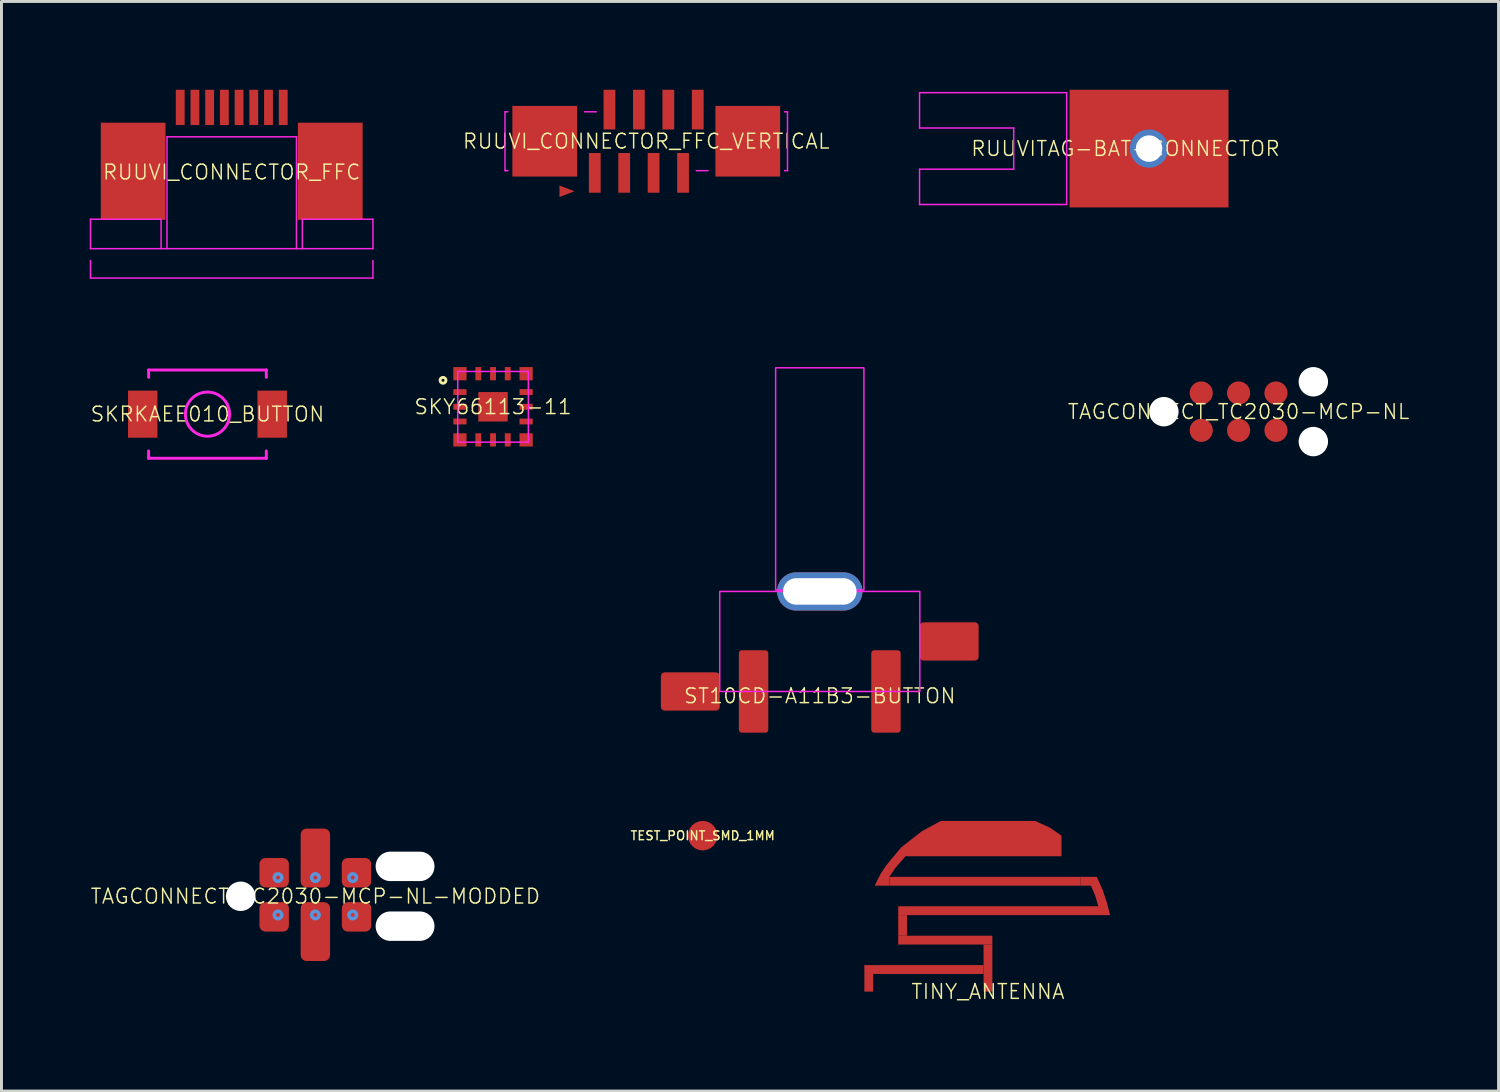
<source format=kicad_pcb>
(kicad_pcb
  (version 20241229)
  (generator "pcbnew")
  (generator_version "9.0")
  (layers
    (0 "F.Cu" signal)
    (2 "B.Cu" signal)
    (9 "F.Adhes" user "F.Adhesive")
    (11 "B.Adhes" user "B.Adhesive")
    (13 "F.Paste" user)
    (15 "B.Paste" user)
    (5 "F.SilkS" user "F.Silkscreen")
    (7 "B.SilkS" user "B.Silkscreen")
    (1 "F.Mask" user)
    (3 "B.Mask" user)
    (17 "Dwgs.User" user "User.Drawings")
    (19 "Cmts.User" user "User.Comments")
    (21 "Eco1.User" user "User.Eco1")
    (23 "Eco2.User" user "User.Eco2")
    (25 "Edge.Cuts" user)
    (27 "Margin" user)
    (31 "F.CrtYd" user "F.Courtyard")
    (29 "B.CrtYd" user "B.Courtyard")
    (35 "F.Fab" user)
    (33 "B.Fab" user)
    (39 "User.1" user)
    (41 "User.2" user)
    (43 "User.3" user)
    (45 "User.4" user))
  (footprint "RUUVI_CONNECTOR_FFC"
    (layer "F.Cu")
    (at 4.825 2.8)
    (property "Reference" "RUUVI_CONNECTOR_FFC" (at 0 0 0) (layer "F.SilkS") (effects (font (size 0.5 0.5) (thickness 0.05))))
    (attr through_hole)
    (fp_line (start -4.8 1.6) (end -4.8 2.6) (stroke (width 0.05) (type solid)) (layer "F.CrtYd"))
    (fp_line (start -4.8 1.6) (end -2.4 1.6) (stroke (width 0.05) (type solid)) (layer "F.CrtYd"))
    (fp_line (start -4.8 2.6) (end 4.8 2.6) (stroke (width 0.05) (type solid)) (layer "F.CrtYd"))
    (fp_line (start -4.8 3.6) (end -4.8 3) (stroke (width 0.05) (type solid)) (layer "F.CrtYd"))
    (fp_line (start -2.4 1.6) (end -2.4 2.6) (stroke (width 0.05) (type solid)) (layer "F.CrtYd"))
    (fp_line (start -2.2 -1.2) (end 2.2 -1.2) (stroke (width 0.05) (type solid)) (layer "F.CrtYd"))
    (fp_line (start -2.2 2.6) (end -2.2 -1.2) (stroke (width 0.05) (type solid)) (layer "F.CrtYd"))
    (fp_line (start 2.2 -1.2) (end 2.2 2.6) (stroke (width 0.05) (type solid)) (layer "F.CrtYd"))
    (fp_line (start 2.4 1.6) (end 2.4 2.6) (stroke (width 0.05) (type solid)) (layer "F.CrtYd"))
    (fp_line (start 2.4 1.6) (end 4.8 1.6) (stroke (width 0.05) (type solid)) (layer "F.CrtYd"))
    (fp_line (start 4.8 2.6) (end 4.8 1.6) (stroke (width 0.05) (type solid)) (layer "F.CrtYd"))
    (fp_line (start 4.8 3.6) (end -4.8 3.6) (stroke (width 0.05) (type solid)) (layer "F.CrtYd"))
    (fp_line (start 4.8 3.6) (end 4.8 3) (stroke (width 0.05) (type solid)) (layer "F.CrtYd"))
    (pad "1" smd rect (at -1.75 -2.2) (size 0.3 1.2) (layers "F.Cu" "F.Mask" "F.Paste"))
    (pad "2" smd rect (at -1.25 -2.2) (size 0.3 1.2) (layers "F.Cu" "F.Mask" "F.Paste"))
    (pad "3" smd rect (at -0.75 -2.2) (size 0.3 1.2) (layers "F.Cu" "F.Mask" "F.Paste"))
    (pad "4" smd rect (at -0.25 -2.2) (size 0.3 1.2) (layers "F.Cu" "F.Mask" "F.Paste"))
    (pad "5" smd rect (at 0.25 -2.2) (size 0.3 1.2) (layers "F.Cu" "F.Mask" "F.Paste"))
    (pad "6" smd rect (at 0.75 -2.2) (size 0.3 1.2) (layers "F.Cu" "F.Mask" "F.Paste"))
    (pad "7" smd rect (at 1.25 -2.2) (size 0.3 1.2) (layers "F.Cu" "F.Mask" "F.Paste"))
    (pad "8" smd rect (at 1.75 -2.2) (size 0.3 1.2) (layers "F.Cu" "F.Mask" "F.Paste"))
    (pad "~" smd rect (at -3.35 -0.03) (size 2.2 3.3) (layers "F.Cu" "F.Mask" "F.Paste"))
    (pad "~" smd rect (at 3.35 -0.03) (size 2.2 3.3) (layers "F.Cu" "F.Mask" "F.Paste")))
  (footprint "TINY_ANTENNA"
    (layer "F.Cu")
    (at 30.526 30.65)
    (property "Reference" "TINY_ANTENNA" (at 0 0 0) (layer "F.SilkS") (effects (font (size 0.5 0.5) (thickness 0.05))))
    (attr exclude_from_pos_files exclude_from_bom)
    (pad "1" smd rect (at 0 -0.3 90) (size 0.6 0.3) (layers "F.Cu"))
    (pad "2" smd rect (at -4.05 -0.3 90) (size 0.6 0.3) (layers "F.Cu"))
    (pad "~" smd rect (at -2.9 -2.25 90) (size 0.7 0.3) (layers "F.Cu"))
    (pad "~" smd rect (at -2.175 -0.75 90) (size 0.3 4.05) (layers "F.Cu"))
    (pad "~" smd rect (at -1.45 -1.75 90) (size 0.3 3.2) (layers "F.Cu"))
    (pad "~" smd rect (at -0.1 -3.75 90) (size 0.3 6.5) (layers "F.Cu"))
    (pad "~" smd custom (at 0 -5.2 90) (size 1.2 3.2) (layers "F.Cu") (options (anchor rect)) (primitives (gr_poly (pts (xy 0.6 1.6) (xy 0.375 2.1) (xy 0.1 2.5) (xy -0.6 2.5) (xy -0.6 1.6)) (width 0) (fill yes)) (gr_poly (pts (xy -0.6 -1.6) (xy -0.6 -2.8) (xy -1 -3.15) (xy -1.3 -3.35) (xy -1.6 -3.35) (xy -1.6 -3.85) (xy -1.2 -3.65) (xy -0.9 -3.45) (xy -0.3 -2.95) (xy 0.25 -2.25) (xy 0.6 -1.6)) (width 0) (fill yes))))
    (pad "~" smd rect (at 0 -1.1 90) (size 1 0.3) (layers "F.Cu"))
    (pad "~" smd custom (at 0.35 -2.75 90) (size 0.3 6.8) (layers "F.Cu") (options (anchor rect)) (primitives (gr_poly (pts (xy 0.25 3.7) (xy 0.7 3.55) (xy 1.15 3.35) (xy 1.15 2.8) (xy 0.85 2.8) (xy 0.85 3.15) (xy 0.5 3.3) (xy 0.15 3.4) (xy -0.15 3.4) (xy -0.15 3.8)) (width 0) (fill yes)))))
  (footprint "SKRKAEE010_BUTTON"
    (layer "F.Cu")
    (at 4.001 11.025)
    (property "Reference" "SKRKAEE010_BUTTON" (at 0 0 0) (layer "F.SilkS") (effects (font (size 0.5 0.5) (thickness 0.05))))
    (attr through_hole)
    (fp_line (start -2 -1.5) (end 2 -1.5) (stroke (width 0.1) (type solid)) (layer "F.CrtYd"))
    (fp_line (start -2 -1.25) (end -2 -1.5) (stroke (width 0.1) (type solid)) (layer "F.CrtYd"))
    (fp_line (start -2 1.5) (end -2 1.25) (stroke (width 0.1) (type solid)) (layer "F.CrtYd"))
    (fp_line (start 2 -1.5) (end 2 -1.25) (stroke (width 0.1) (type solid)) (layer "F.CrtYd"))
    (fp_line (start 2 1.25) (end 2 1.5) (stroke (width 0.1) (type solid)) (layer "F.CrtYd"))
    (fp_line (start 2 1.5) (end -2 1.5) (stroke (width 0.1) (type solid)) (layer "F.CrtYd"))
    (fp_circle (center 0 0) (end 0 0.75) (stroke (width 0.1) (type solid)) (fill no) (layer "F.CrtYd"))
    (pad "" smd rect (at 0 0) (size 4.2 3.2) (layers "F.Mask"))
    (pad "1" smd rect (at -2.2 0) (size 1 1.6) (layers "F.Cu" "F.Mask" "F.Paste"))
    (pad "2" smd rect (at 2.2 0) (size 1 1.6) (layers "F.Cu" "F.Mask" "F.Paste")))
  (footprint "RUUVI_CONNECTOR_FFC_VERTICAL"
    (layer "F.Cu")
    (at 18.913 1.75)
    (property "Reference" "RUUVI_CONNECTOR_FFC_VERTICAL" (at 0 0 0) (layer "F.SilkS") (effects (font (size 0.5 0.5) (thickness 0.05))))
    (attr through_hole)
    (fp_line (start -4.8 -1) (end -4.8 1) (stroke (width 0.05) (type solid)) (layer "F.CrtYd"))
    (fp_line (start -4.8 -1) (end -4.7 -1) (stroke (width 0.05) (type solid)) (layer "F.CrtYd"))
    (fp_line (start -4.8 1) (end -4.7 1) (stroke (width 0.05) (type solid)) (layer "F.CrtYd"))
    (fp_line (start -2.1 -1) (end -1.7 -1) (stroke (width 0.05) (type solid)) (layer "F.CrtYd"))
    (fp_line (start 2.1 1) (end 1.7 1) (stroke (width 0.05) (type solid)) (layer "F.CrtYd"))
    (fp_line (start 4.8 -1) (end 4.7 -1) (stroke (width 0.05) (type solid)) (layer "F.CrtYd"))
    (fp_line (start 4.8 -1) (end 4.8 1) (stroke (width 0.05) (type solid)) (layer "F.CrtYd"))
    (fp_line (start 4.8 1) (end 4.7 1) (stroke (width 0.05) (type solid)) (layer "F.CrtYd"))
    (pad "1" smd rect (at -1.75 1.075) (size 0.4 1.35) (layers "F.Cu" "F.Mask" "F.Paste"))
    (pad "2" smd rect (at -1.25 -1.075) (size 0.4 1.35) (layers "F.Cu" "F.Mask" "F.Paste"))
    (pad "3" smd rect (at -0.75 1.075) (size 0.4 1.35) (layers "F.Cu" "F.Mask" "F.Paste"))
    (pad "4" smd rect (at -0.25 -1.075) (size 0.4 1.35) (layers "F.Cu" "F.Mask" "F.Paste"))
    (pad "5" smd rect (at 0.25 1.075) (size 0.4 1.35) (layers "F.Cu" "F.Mask" "F.Paste"))
    (pad "6" smd rect (at 0.75 -1.075) (size 0.4 1.35) (layers "F.Cu" "F.Mask" "F.Paste"))
    (pad "7" smd rect (at 1.25 1.075) (size 0.4 1.35) (layers "F.Cu" "F.Mask" "F.Paste"))
    (pad "8" smd rect (at 1.75 -1.075) (size 0.4 1.35) (layers "F.Cu" "F.Mask" "F.Paste"))
    (pad "~" smd rect (at -3.45 0) (size 2.2 2.4) (layers "F.Cu" "F.Mask" "F.Paste"))
    (pad "~" smd trapezoid (at -2.7 1.7) (size 0.5 0.2) (rect_delta 0.19 0) (layers "F.Cu" "F.Mask"))
    (pad "~" smd rect (at 3.45 0) (size 2.2 2.4) (layers "F.Cu" "F.Mask" "F.Paste")))
  (footprint "TAGCONNECT_TC2030-MCP-NL"
    (layer "F.Cu")
    (at 39.044 10.941)
    (property "Reference" "TAGCONNECT_TC2030-MCP-NL" (at 0 0 0) (layer "F.SilkS") (effects (font (size 0.5 0.5) (thickness 0.05))))
    (attr through_hole)
    (pad "" np_thru_hole circle (at -2.54 0) (size 1 1) (drill 1) (layers "*.Cu" "*.Mask"))
    (pad "" np_thru_hole circle (at 2.54 -1.016) (size 1 1) (drill 1) (layers "*.Cu" "*.Mask"))
    (pad "" np_thru_hole circle (at 2.54 1.016) (size 1 1) (drill 1) (layers "*.Cu" "*.Mask"))
    (pad "1" smd circle (at -1.27 0.635) (size 0.787 0.787) (layers "F.Cu" "F.Mask"))
    (pad "2" smd circle (at -1.27 -0.635) (size 0.787 0.787) (layers "F.Cu" "F.Mask"))
    (pad "3" smd circle (at 0 0.635) (size 0.787 0.787) (layers "F.Cu" "F.Mask"))
    (pad "4" smd circle (at 0 -0.635) (size 0.787 0.787) (layers "F.Cu" "F.Mask"))
    (pad "5" smd circle (at 1.27 0.635) (size 0.787 0.787) (layers "F.Cu" "F.Mask"))
    (pad "6" smd circle (at 1.27 -0.635) (size 0.787 0.787) (layers "F.Cu" "F.Mask")))
  (footprint "RUUVITAG-BAT-CONNECTOR"
    (layer "F.Cu")
    (at 36.001 2)
    (property "Reference" "RUUVITAG-BAT-CONNECTOR" (at -0.8 0 0) (layer "F.SilkS") (effects (font (size 0.5 0.5) (thickness 0.05))))
    (attr through_hole)
    (fp_line (start -7.8 -1.9) (end -7.8 -0.7) (stroke (width 0.05) (type solid)) (layer "F.CrtYd"))
    (fp_line (start -7.8 -1.9) (end -2.8 -1.9) (stroke (width 0.05) (type solid)) (layer "F.CrtYd"))
    (fp_line (start -7.8 0.7) (end -4.6 0.7) (stroke (width 0.05) (type solid)) (layer "F.CrtYd"))
    (fp_line (start -7.8 1.9) (end -7.8 0.7) (stroke (width 0.05) (type solid)) (layer "F.CrtYd"))
    (fp_line (start -4.6 -0.7) (end -7.8 -0.7) (stroke (width 0.05) (type solid)) (layer "F.CrtYd"))
    (fp_line (start -4.6 0.7) (end -4.6 -0.7) (stroke (width 0.05) (type solid)) (layer "F.CrtYd"))
    (fp_line (start -2.8 -1.9) (end -2.8 1.9) (stroke (width 0.05) (type solid)) (layer "F.CrtYd"))
    (fp_line (start -2.8 1.9) (end -7.8 1.9) (stroke (width 0.05) (type solid)) (layer "F.CrtYd"))
    (pad "1" thru_hole circle (at 0 0) (size 1.3 1.3) (drill 0.9) (layers "*.Cu" "*.Mask"))
    (pad "1" smd rect (at 0 0) (size 5.4 4) (layers "F.Cu" "F.Mask" "F.Paste")))
  (footprint "TAGCONNECT_TC2030-MCP-NL-MODDED"
    (layer "F.Cu")
    (at 7.668 27.41)
    (property "Reference" "TAGCONNECT_TC2030-MCP-NL-MODDED" (at 0 0 0) (layer "F.SilkS") (effects (font (size 0.5 0.5) (thickness 0.05))))
    (attr through_hole)
    (fp_circle (center -1.27 -0.635) (end -1.143 -0.635) (stroke (width 0.12) (type solid)) (fill no) (layer "Cmts.User"))
    (fp_circle (center -1.27 0.635) (end -1.143 0.635) (stroke (width 0.12) (type solid)) (fill no) (layer "Cmts.User"))
    (fp_circle (center 0 -0.635) (end -0.127 -0.635) (stroke (width 0.12) (type solid)) (fill no) (layer "Cmts.User"))
    (fp_circle (center 0 0.635) (end -0.127 0.635) (stroke (width 0.12) (type solid)) (fill no) (layer "Cmts.User"))
    (fp_circle (center 1.27 -0.635) (end 1.143 -0.635) (stroke (width 0.12) (type solid)) (fill no) (layer "Cmts.User"))
    (fp_circle (center 1.27 0.635) (end 1.143 0.635) (stroke (width 0.12) (type solid)) (fill no) (layer "Cmts.User"))
    (fp_circle (center -1.6 -1) (end -2.1 -1) (stroke (width 0.12) (type solid)) (fill no) (layer "Eco1.User"))
    (fp_circle (center -1.6 0.9) (end -2.1 0.9) (stroke (width 0.12) (type solid)) (fill no) (layer "Eco1.User"))
    (fp_circle (center 0 -2) (end -0.5 -2) (stroke (width 0.12) (type solid)) (fill no) (layer "Eco1.User"))
    (fp_circle (center 0 1.9) (end 0 2.4) (stroke (width 0.12) (type solid)) (fill no) (layer "Eco1.User"))
    (fp_circle (center 1.6 -1) (end 2.1 -1) (stroke (width 0.12) (type solid)) (fill no) (layer "Eco1.User"))
    (fp_circle (center 1.6 0.9) (end 1.6 1.4) (stroke (width 0.12) (type solid)) (fill no) (layer "Eco1.User"))
    (pad "" np_thru_hole circle (at -2.54 0) (size 1 1) (drill 1) (layers "*.Cu" "*.Mask"))
    (pad "" np_thru_hole oval (at 3.048 -1.016) (size 2 1) (drill oval 2 1) (layers "*.Cu" "*.Mask"))
    (pad "" np_thru_hole oval (at 3.048 1.016) (size 2 1) (drill oval 2 1) (layers "*.Cu" "*.Mask"))
    (pad "1" smd roundrect (at -1.4 0.7) (size 1 1) (layers "F.Cu" "F.Mask") (roundrect_rratio 0.2))
    (pad "2" smd roundrect (at -1.4 -0.8) (size 1 1) (layers "F.Cu" "F.Mask") (roundrect_rratio 0.2))
    (pad "3" smd roundrect (at 0 1.2) (size 1 2) (layers "F.Cu" "F.Mask") (roundrect_rratio 0.2))
    (pad "4" smd roundrect (at 0 -1.3) (size 1 2) (layers "F.Cu" "F.Mask") (roundrect_rratio 0.2))
    (pad "5" smd roundrect (at 1.4 0.7) (size 1 1) (layers "F.Cu" "F.Mask") (roundrect_rratio 0.2))
    (pad "6" smd roundrect (at 1.397 -0.8) (size 1 1) (layers "F.Cu" "F.Mask") (roundrect_rratio 0.2)))
  (footprint "SKY66113-11"
    (layer "F.Cu")
    (at 13.706 10.775)
    (property "Reference" "SKY66113-11" (at 0 0 0) (layer "F.SilkS") (effects (font (size 0.5 0.5) (thickness 0.05))))
    (attr through_hole)
    (fp_circle (center -1.7 -0.9) (end -1.7 -0.8) (stroke (width 0.1) (type solid)) (fill no) (layer "F.SilkS"))
    (fp_line (start -1.2 -1.2) (end -1.2 1.2) (stroke (width 0.05) (type solid)) (layer "F.CrtYd"))
    (fp_line (start -1.2 1.2) (end 1.2 1.2) (stroke (width 0.05) (type solid)) (layer "F.CrtYd"))
    (fp_line (start 1.2 -1.2) (end -1.2 -1.2) (stroke (width 0.05) (type solid)) (layer "F.CrtYd"))
    (fp_line (start 1.2 1.2) (end 1.2 -1.2) (stroke (width 0.05) (type solid)) (layer "F.CrtYd"))
    (pad "1" smd rect (at -1.125 -1.125) (size 0.45 0.45) (layers "F.Cu" "F.Mask" "F.Paste"))
    (pad "2" smd rect (at -1.125 -0.5) (size 0.45 0.2) (layers "F.Cu" "F.Mask" "F.Paste"))
    (pad "3" smd rect (at -1.125 0) (size 0.45 0.2) (layers "F.Cu" "F.Mask" "F.Paste"))
    (pad "4" smd rect (at -1.125 0.5) (size 0.45 0.2) (layers "F.Cu" "F.Mask" "F.Paste"))
    (pad "5" smd rect (at -1.125 1.125) (size 0.45 0.45) (layers "F.Cu" "F.Mask" "F.Paste"))
    (pad "6" smd rect (at -0.5 1.125 90) (size 0.45 0.2) (layers "F.Cu" "F.Mask" "F.Paste"))
    (pad "7" smd rect (at 0 1.125 90) (size 0.45 0.2) (layers "F.Cu" "F.Mask" "F.Paste"))
    (pad "8" smd rect (at 0.5 1.125 90) (size 0.45 0.2) (layers "F.Cu" "F.Mask" "F.Paste"))
    (pad "9" smd rect (at 1.125 1.125) (size 0.45 0.45) (layers "F.Cu" "F.Mask" "F.Paste"))
    (pad "10" smd rect (at 1.125 0.5 180) (size 0.45 0.2) (layers "F.Cu" "F.Mask" "F.Paste"))
    (pad "11" smd rect (at 1.125 0 180) (size 0.45 0.2) (layers "F.Cu" "F.Mask" "F.Paste"))
    (pad "12" smd rect (at 1.125 -0.5) (size 0.45 0.2) (layers "F.Cu" "F.Mask" "F.Paste"))
    (pad "13" smd rect (at 1.125 -1.125) (size 0.45 0.45) (layers "F.Cu" "F.Mask" "F.Paste"))
    (pad "14" smd rect (at 0.5 -1.125 270) (size 0.45 0.2) (layers "F.Cu" "F.Mask" "F.Paste"))
    (pad "15" smd rect (at 0 -1.125 270) (size 0.45 0.2) (layers "F.Cu" "F.Mask" "F.Paste"))
    (pad "16" smd rect (at -0.5 -1.125 270) (size 0.45 0.2) (layers "F.Cu" "F.Mask" "F.Paste"))
    (pad "17" smd rect (at 0 0 270) (size 1 1) (layers "F.Cu" "F.Mask" "F.Paste")))
  (footprint "TEST_POINT_SMD_1MM"
    (layer "F.Cu")
    (at 20.831 25.35)
    (property "Reference" "TEST_POINT_SMD_1MM" (at 0 0 0) (layer "F.SilkS") (effects (font (size 0.3 0.3) (thickness 0.05))))
    (attr exclude_from_pos_files exclude_from_bom)
    (pad "1" smd circle (at 0 0) (size 1 1) (layers "F.Cu" "F.Mask")))
  (footprint "ST10CD-A11B3-BUTTON"
    (layer "F.Cu")
    (at 24.81 20.45)
    (property "Reference" "ST10CD-A11B3-BUTTON" (at 0 0.15 0) (unlocked yes) (layer "F.SilkS") (effects (font (size 0.5 0.5) (thickness 0.05))))
    (attr through_hole)
    (fp_rect (start -3.4 -3.4) (end 3.4 0) (stroke (width 0.05) (type solid)) (fill no) (layer "F.CrtYd"))
    (fp_rect (start -1.5 -11) (end 1.5 -3.45) (stroke (width 0.05) (type solid)) (fill no) (layer "F.CrtYd"))
    (pad "1" smd roundrect (at -2.25 0) (size 1 2.8) (layers "F.Cu" "F.Mask" "F.Paste") (roundrect_rratio 0.1))
    (pad "2" smd roundrect (at 2.25 0) (size 1 2.8) (layers "F.Cu" "F.Mask" "F.Paste") (roundrect_rratio 0.1))
    (pad "~" smd roundrect (at -4.4 0) (size 2 1.3) (layers "F.Cu" "F.Mask" "F.Paste") (roundrect_rratio 0.1))
    (pad "~" thru_hole oval (at 0 -3.4) (size 2.9 1.3) (drill oval 2.5 0.9) (layers "*.Cu" "*.Mask" "F.Paste"))
    (pad "~" smd roundrect (at 4.4 -1.7) (size 2 1.3) (layers "F.Cu" "F.Mask" "F.Paste") (roundrect_rratio 0.1)))
  (gr_rect
    (start -3 -3)
    (end 47.879 34.03)
    (stroke (width 0.1) (type default))
    (fill no)
    (layer "Edge.Cuts")))
</source>
